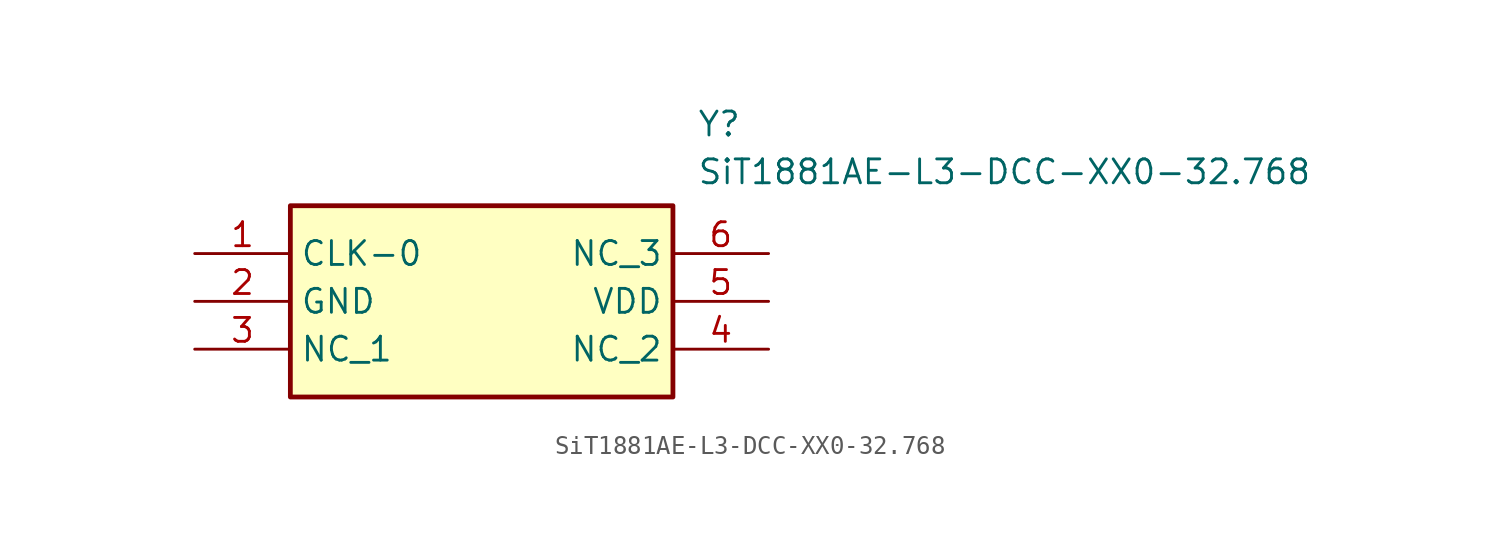
<source format=kicad_sym>
(kicad_symbol_lib
  (version 20211014)
  (generator SamacSys_ECAD_Model)
  (symbol "SiT1881AE-L3-DCC-XX0-32.768"
    (property "Reference" "Y"
      (at 26.67 7.62 0)
      (effects (font (size 1.27 1.27)) (justify left top)))
    (property "Value" "SiT1881AE-L3-DCC-XX0-32.768"
      (at 26.67 5.08 0)
      (effects (font (size 1.27 1.27)) (justify left top)))
    (rectangle
      (start 5.08 2.54)
      (end 25.4 -7.62)
      (stroke (width 0.254) (type default))
      (fill (type background)))
    (pin passive line
      (at 0 0 0)
      (length 5.08)
      (name "CLK-0" (effects (font (size 1.27 1.27))))
      (number "1" (effects (font (size 1.27 1.27)))))
    (pin passive line
      (at 0 -2.54 0)
      (length 5.08)
      (name "GND" (effects (font (size 1.27 1.27))))
      (number "2" (effects (font (size 1.27 1.27)))))
    (pin passive line
      (at 0 -5.08 0)
      (length 5.08)
      (name "NC_1" (effects (font (size 1.27 1.27))))
      (number "3" (effects (font (size 1.27 1.27)))))
    (pin passive line
      (at 30.48 -5.08 180)
      (length 5.08)
      (name "NC_2" (effects (font (size 1.27 1.27))))
      (number "4" (effects (font (size 1.27 1.27)))))
    (pin passive line
      (at 30.48 -2.54 180)
      (length 5.08)
      (name "VDD" (effects (font (size 1.27 1.27))))
      (number "5" (effects (font (size 1.27 1.27)))))
    (pin passive line
      (at 30.48 0 180)
      (length 5.08)
      (name "NC_3" (effects (font (size 1.27 1.27))))
      (number "6" (effects (font (size 1.27 1.27)))))))
</source>
